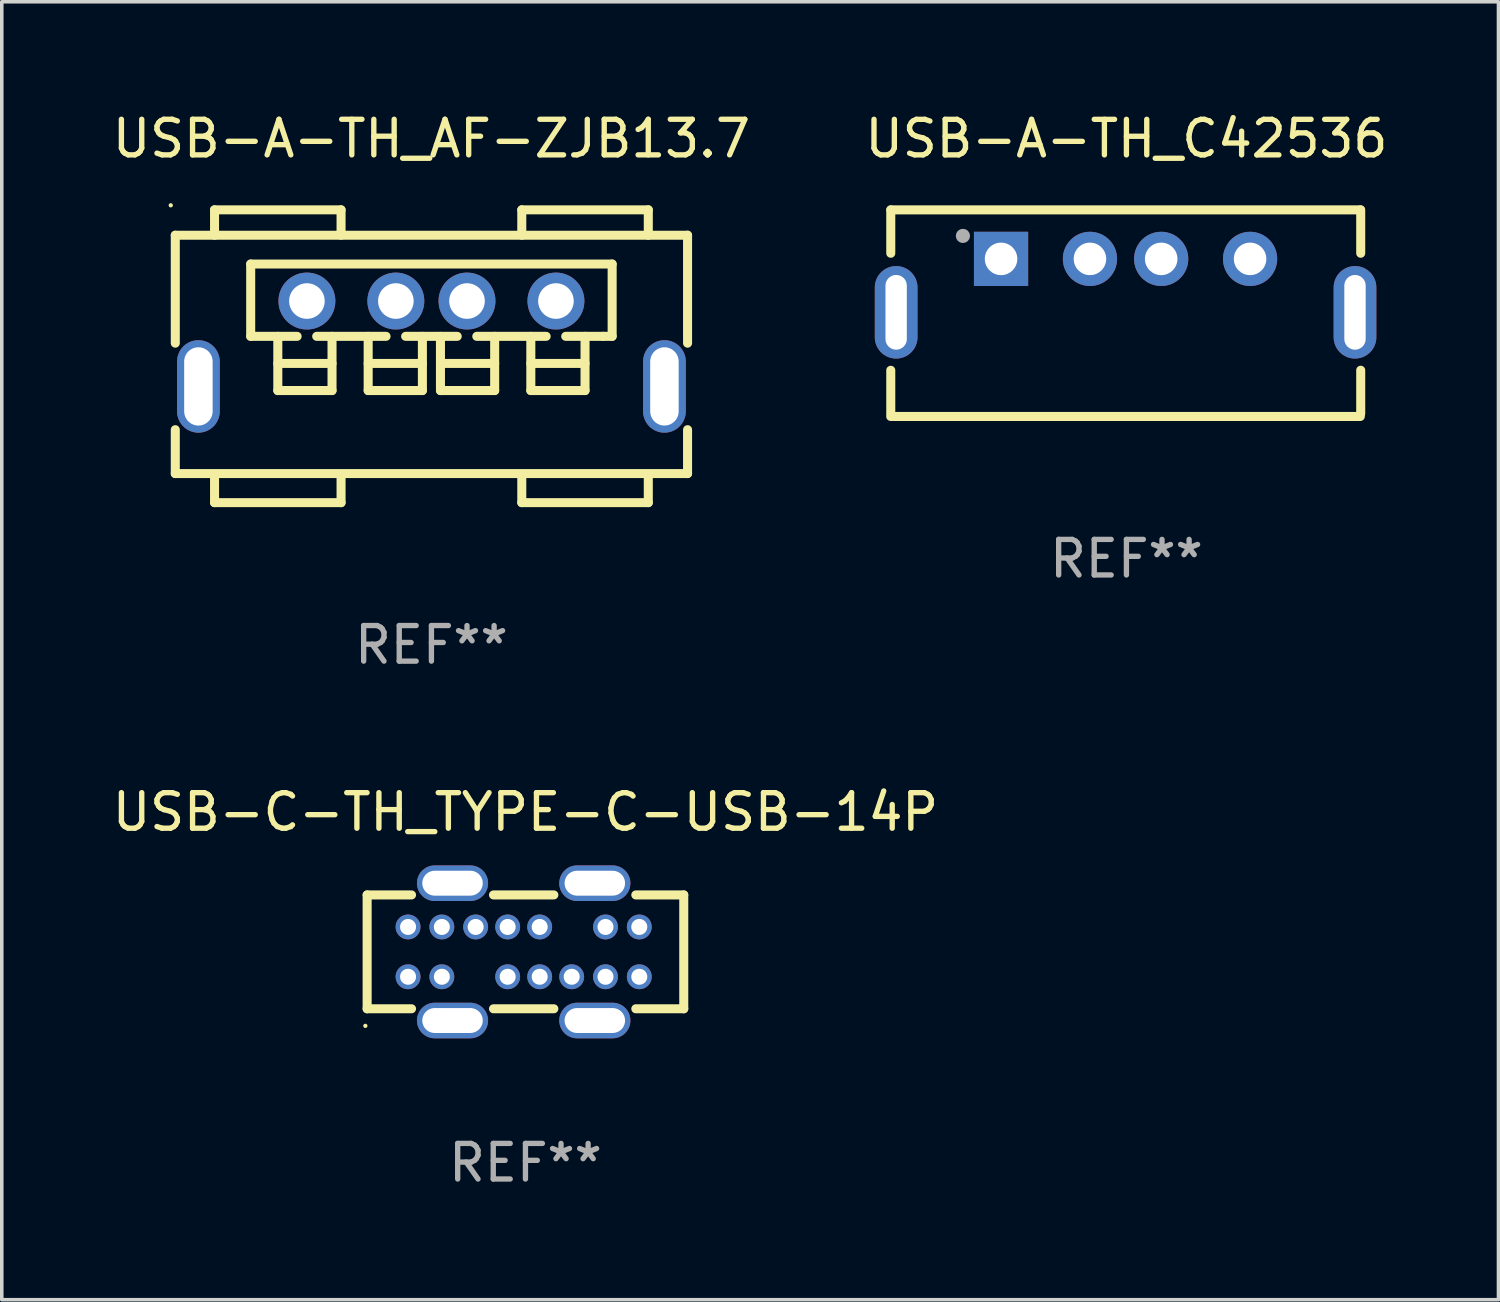
<source format=kicad_pcb>
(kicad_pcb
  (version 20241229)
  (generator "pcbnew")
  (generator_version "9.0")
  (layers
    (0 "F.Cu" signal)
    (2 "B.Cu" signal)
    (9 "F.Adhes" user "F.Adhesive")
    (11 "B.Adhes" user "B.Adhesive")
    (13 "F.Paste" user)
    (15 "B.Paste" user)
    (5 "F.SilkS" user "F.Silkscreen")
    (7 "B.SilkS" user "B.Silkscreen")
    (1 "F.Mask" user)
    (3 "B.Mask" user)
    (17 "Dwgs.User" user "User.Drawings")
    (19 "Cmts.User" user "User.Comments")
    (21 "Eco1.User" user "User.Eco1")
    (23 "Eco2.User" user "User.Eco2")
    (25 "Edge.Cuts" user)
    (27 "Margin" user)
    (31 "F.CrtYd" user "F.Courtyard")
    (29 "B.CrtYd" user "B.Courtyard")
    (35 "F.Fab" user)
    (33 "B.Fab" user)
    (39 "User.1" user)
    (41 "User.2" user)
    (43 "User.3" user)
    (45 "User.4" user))
  (footprint "USB-A-TH_AF-ZJB13.7"
    (layer "F.Cu")
    (at 9.077 6.612)
    (property "Reference" "USB-A-TH_AF-ZJB13.7" (at 0 -5.764 0) (layer "F.SilkS") (effects (font (size 1 1) (thickness 0.15))))
    (attr through_hole)
    (fp_line (start -7.2 -0.016) (end -7.2 -3.05) (stroke (width 0.254) (type solid)) (layer "F.SilkS"))
    (fp_line (start -7.2 3.65) (end -7.2 2.416) (stroke (width 0.254) (type solid)) (layer "F.SilkS"))
    (fp_line (start -7.2 -3.05) (end 7.2 -3.05) (stroke (width 0.254) (type solid)) (layer "F.SilkS"))
    (fp_line (start -6.096 -3.764) (end -2.54 -3.764) (stroke (width 0.254) (type solid)) (layer "F.SilkS"))
    (fp_line (start -6.096 -3.05) (end -6.096 -3.764) (stroke (width 0.254) (type solid)) (layer "F.SilkS"))
    (fp_line (start -6.096 4.467) (end -6.096 3.753) (stroke (width 0.254) (type solid)) (layer "F.SilkS"))
    (fp_line (start -5.08 -0.208) (end -5.08 -2.24) (stroke (width 0.254) (type solid)) (layer "F.SilkS"))
    (fp_line (start -5.08 -0.208) (end -3.775 -0.208) (stroke (width 0.254) (type solid)) (layer "F.SilkS"))
    (fp_line (start -4.318 -0.208) (end -4.318 1.316) (stroke (width 0.254) (type solid)) (layer "F.SilkS"))
    (fp_line (start -4.318 0.554) (end -2.794 0.554) (stroke (width 0.254) (type solid)) (layer "F.SilkS"))
    (fp_line (start -4.318 1.316) (end -2.794 1.316) (stroke (width 0.254) (type solid)) (layer "F.SilkS"))
    (fp_line (start -3.225 -0.208) (end -1.275 -0.208) (stroke (width 0.254) (type solid)) (layer "F.SilkS"))
    (fp_line (start -2.794 1.316) (end -2.794 -0.208) (stroke (width 0.254) (type solid)) (layer "F.SilkS"))
    (fp_line (start -2.54 -3.764) (end -2.54 -3.05) (stroke (width 0.254) (type solid)) (layer "F.SilkS"))
    (fp_line (start -2.54 3.753) (end -2.54 4.467) (stroke (width 0.254) (type solid)) (layer "F.SilkS"))
    (fp_line (start -2.54 4.467) (end -6.096 4.467) (stroke (width 0.254) (type solid)) (layer "F.SilkS"))
    (fp_line (start -1.778 -0.208) (end -1.778 1.316) (stroke (width 0.254) (type solid)) (layer "F.SilkS"))
    (fp_line (start -1.778 0.554) (end -0.254 0.554) (stroke (width 0.254) (type solid)) (layer "F.SilkS"))
    (fp_line (start -1.778 1.316) (end -0.254 1.316) (stroke (width 0.254) (type solid)) (layer "F.SilkS"))
    (fp_line (start -0.725 -0.208) (end 0.725 -0.208) (stroke (width 0.254) (type solid)) (layer "F.SilkS"))
    (fp_line (start -0.254 1.316) (end -0.254 -0.208) (stroke (width 0.254) (type solid)) (layer "F.SilkS"))
    (fp_line (start 0.254 -0.208) (end 0.254 1.316) (stroke (width 0.254) (type solid)) (layer "F.SilkS"))
    (fp_line (start 0.254 0.554) (end 1.778 0.554) (stroke (width 0.254) (type solid)) (layer "F.SilkS"))
    (fp_line (start 0.254 1.316) (end 1.778 1.316) (stroke (width 0.254) (type solid)) (layer "F.SilkS"))
    (fp_line (start 1.275 -0.208) (end 3.225 -0.208) (stroke (width 0.254) (type solid)) (layer "F.SilkS"))
    (fp_line (start 1.778 1.316) (end 1.778 -0.208) (stroke (width 0.254) (type solid)) (layer "F.SilkS"))
    (fp_line (start 2.54 -3.764) (end 6.096 -3.764) (stroke (width 0.254) (type solid)) (layer "F.SilkS"))
    (fp_line (start 2.54 -3.05) (end 2.54 -3.764) (stroke (width 0.254) (type solid)) (layer "F.SilkS"))
    (fp_line (start 2.54 4.467) (end 2.54 3.753) (stroke (width 0.254) (type solid)) (layer "F.SilkS"))
    (fp_line (start 2.794 -0.208) (end 2.794 1.316) (stroke (width 0.254) (type solid)) (layer "F.SilkS"))
    (fp_line (start 2.794 0.554) (end 4.318 0.554) (stroke (width 0.254) (type solid)) (layer "F.SilkS"))
    (fp_line (start 2.794 1.316) (end 4.318 1.316) (stroke (width 0.254) (type solid)) (layer "F.SilkS"))
    (fp_line (start 3.775 -0.208) (end 4.826 -0.208) (stroke (width 0.254) (type solid)) (layer "F.SilkS"))
    (fp_line (start 4.318 1.316) (end 4.318 -0.208) (stroke (width 0.254) (type solid)) (layer "F.SilkS"))
    (fp_line (start 4.826 -0.208) (end 5.08 -0.208) (stroke (width 0.254) (type solid)) (layer "F.SilkS"))
    (fp_line (start 5.08 -2.24) (end -5.08 -2.24) (stroke (width 0.254) (type solid)) (layer "F.SilkS"))
    (fp_line (start 5.08 -2.24) (end 5.08 -0.208) (stroke (width 0.254) (type solid)) (layer "F.SilkS"))
    (fp_line (start 6.096 -3.764) (end 6.096 -3.05) (stroke (width 0.254) (type solid)) (layer "F.SilkS"))
    (fp_line (start 6.096 3.753) (end 6.096 4.467) (stroke (width 0.254) (type solid)) (layer "F.SilkS"))
    (fp_line (start 6.096 4.467) (end 2.54 4.467) (stroke (width 0.254) (type solid)) (layer "F.SilkS"))
    (fp_line (start 7.2 3.65) (end -7.2 3.65) (stroke (width 0.254) (type solid)) (layer "F.SilkS"))
    (fp_line (start 7.2 -3.05) (end 7.2 -0.016) (stroke (width 0.254) (type solid)) (layer "F.SilkS"))
    (fp_line (start 7.2 2.416) (end 7.2 3.65) (stroke (width 0.254) (type solid)) (layer "F.SilkS"))
    (fp_circle (center -7.327 -3.891) (end -7.297 -3.891) (stroke (width 0.06) (type solid)) (fill no) (layer "F.SilkS"))
    (fp_text user "REF**" (at 0 8.467 0) (layer "F.Fab") (effects (font (size 1 1) (thickness 0.15))))
    (pad "1" thru_hole circle (at -3.5 -1.2) (size 1.6 1.6) (drill 1) (layers "*.Cu" "*.Mask"))
    (pad "2" thru_hole circle (at -1 -1.2) (size 1.6 1.6) (drill 1) (layers "*.Cu" "*.Mask"))
    (pad "3" thru_hole circle (at 1 -1.2) (size 1.6 1.6) (drill 1) (layers "*.Cu" "*.Mask"))
    (pad "4" thru_hole circle (at 3.5 -1.2) (size 1.6 1.6) (drill 1) (layers "*.Cu" "*.Mask"))
    (pad "5" thru_hole oval (at -6.55 1.2) (size 1.2 2.6) (drill oval 0.8 2.2) (layers "*.Cu" "*.Mask"))
    (pad "5" thru_hole oval (at 6.55 1.2) (size 1.2 2.6) (drill oval 0.8 2.2) (layers "*.Cu" "*.Mask")))
  (footprint "USB-C-TH_TYPE-C-USB-14P"
    (layer "F.Cu")
    (at 11.67 23.706)
    (property "Reference" "USB-C-TH_TYPE-C-USB-14P" (at 0.05 -3.93 0) (layer "F.SilkS") (effects (font (size 1 1) (thickness 0.15))))
    (attr through_hole)
    (fp_line (start -4.4 -1.6) (end -3.152 -1.6) (stroke (width 0.254) (type solid)) (layer "F.SilkS"))
    (fp_line (start -4.4 1.6) (end -4.4 -1.6) (stroke (width 0.254) (type solid)) (layer "F.SilkS"))
    (fp_line (start -3.152 1.6) (end -4.4 1.6) (stroke (width 0.254) (type solid)) (layer "F.SilkS"))
    (fp_line (start -0.848 -1.6) (end 0.848 -1.6) (stroke (width 0.254) (type solid)) (layer "F.SilkS"))
    (fp_line (start 0.848 1.6) (end -0.848 1.6) (stroke (width 0.254) (type solid)) (layer "F.SilkS"))
    (fp_line (start 3.152 -1.6) (end 4.5 -1.6) (stroke (width 0.254) (type solid)) (layer "F.SilkS"))
    (fp_line (start 4.5 -1.6) (end 4.5 1.6) (stroke (width 0.254) (type solid)) (layer "F.SilkS"))
    (fp_line (start 4.5 1.6) (end 3.152 1.6) (stroke (width 0.254) (type solid)) (layer "F.SilkS"))
    (fp_circle (center -4.45 2.08) (end -4.42 2.08) (stroke (width 0.06) (type solid)) (fill no) (layer "F.SilkS"))
    (fp_text user "REF**" (at 0.05 5.93 0) (layer "F.Fab") (effects (font (size 1 1) (thickness 0.15))))
    (pad "0" thru_hole oval (at -2 -1.93 90) (size 1 2) (drill oval 0.7 1.7) (layers "*.Cu" "*.Mask"))
    (pad "0" thru_hole oval (at -2 1.93 90) (size 1 2) (drill oval 0.7 1.7) (layers "*.Cu" "*.Mask"))
    (pad "0" thru_hole oval (at 2 -1.93 90) (size 1 2) (drill oval 0.7 1.7) (layers "*.Cu" "*.Mask"))
    (pad "0" thru_hole oval (at 2 1.93 90) (size 1 2) (drill oval 0.7 1.7) (layers "*.Cu" "*.Mask"))
    (pad "1" thru_hole circle (at -3.25 0.7) (size 0.7 0.7) (drill 0.45) (layers "*.Cu" "*.Mask"))
    (pad "2" thru_hole circle (at -2.3 0.7) (size 0.7 0.7) (drill 0.45) (layers "*.Cu" "*.Mask"))
    (pad "3" thru_hole circle (at -0.45 0.7) (size 0.7 0.7) (drill 0.45) (layers "*.Cu" "*.Mask"))
    (pad "4" thru_hole circle (at 0.45 0.7) (size 0.7 0.7) (drill 0.45) (layers "*.Cu" "*.Mask"))
    (pad "5" thru_hole circle (at 1.35 0.7) (size 0.7 0.7) (drill 0.45) (layers "*.Cu" "*.Mask"))
    (pad "6" thru_hole circle (at 2.3 0.7) (size 0.7 0.7) (drill 0.45) (layers "*.Cu" "*.Mask"))
    (pad "7" thru_hole circle (at 3.25 0.7) (size 0.7 0.7) (drill 0.45) (layers "*.Cu" "*.Mask"))
    (pad "8" thru_hole circle (at 3.25 -0.7) (size 0.7 0.7) (drill 0.45) (layers "*.Cu" "*.Mask"))
    (pad "9" thru_hole circle (at 2.3 -0.7) (size 0.7 0.7) (drill 0.45) (layers "*.Cu" "*.Mask"))
    (pad "10" thru_hole circle (at 0.45 -0.7) (size 0.7 0.7) (drill 0.45) (layers "*.Cu" "*.Mask"))
    (pad "11" thru_hole circle (at -0.45 -0.7) (size 0.7 0.7) (drill 0.45) (layers "*.Cu" "*.Mask"))
    (pad "12" thru_hole circle (at -1.35 -0.7) (size 0.7 0.7) (drill 0.45) (layers "*.Cu" "*.Mask"))
    (pad "13" thru_hole circle (at -2.3 -0.7) (size 0.7 0.7) (drill 0.45) (layers "*.Cu" "*.Mask"))
    (pad "14" thru_hole circle (at -3.25 -0.7) (size 0.7 0.7) (drill 0.45) (layers "*.Cu" "*.Mask")))
  (footprint "USB-A-TH_C42536"
    (layer "F.Cu")
    (at 28.589 4.978)
    (property "Reference" "USB-A-TH_C42536" (at 0.024 -4.129 0) (layer "F.SilkS") (effects (font (size 1 1) (thickness 0.15))))
    (attr through_hole)
    (fp_line (start -6.602 3.679) (end 6.598 3.679) (stroke (width 0.254) (type solid)) (layer "F.SilkS"))
    (fp_line (start -6.6 -2.129) (end -6.6 -0.909) (stroke (width 0.254) (type solid)) (layer "F.SilkS"))
    (fp_line (start -6.6 2.38) (end -6.6 3.601) (stroke (width 0.254) (type solid)) (layer "F.SilkS"))
    (fp_line (start -6.599 -2.129) (end 6.601 -2.129) (stroke (width 0.254) (type solid)) (layer "F.SilkS"))
    (fp_line (start 6.61 -2.13) (end 6.61 -0.909) (stroke (width 0.254) (type solid)) (layer "F.SilkS"))
    (fp_line (start 6.61 2.379) (end 6.61 3.6) (stroke (width 0.254) (type solid)) (layer "F.SilkS"))
    (fp_circle (center -4.572 -1.397) (end -4.472 -1.397) (stroke (width 0.2) (type solid)) (fill no) (layer "F.Fab"))
    (fp_text user "REF**" (at 0.024 7.679 0) (layer "F.Fab") (effects (font (size 1 1) (thickness 0.15))))
    (pad "1" thru_hole rect (at -3.5 -0.751) (size 1.524 1.524) (drill 0.914) (layers "*.Cu" "*.Mask"))
    (pad "2" thru_hole circle (at -1.001 -0.751) (size 1.524 1.524) (drill 0.914) (layers "*.Cu" "*.Mask"))
    (pad "3" thru_hole circle (at 1.001 -0.751) (size 1.524 1.524) (drill 0.914) (layers "*.Cu" "*.Mask"))
    (pad "4" thru_hole circle (at 3.5 -0.751) (size 1.524 1.524) (drill 0.914) (layers "*.Cu" "*.Mask"))
    (pad "5" thru_hole oval (at -6.449 0.751 270) (size 2.6 1.2) (drill oval 2.1 0.6) (layers "*.Cu" "*.Mask"))
    (pad "5" thru_hole oval (at 6.449 0.751 90) (size 2.6 1.2) (drill oval 2.1 0.6) (layers "*.Cu" "*.Mask")))
  (gr_rect
    (start -3 -3)
    (end 39.071 33.484)
    (stroke (width 0.1) (type default))
    (fill no)
    (layer "Edge.Cuts")))
</source>
